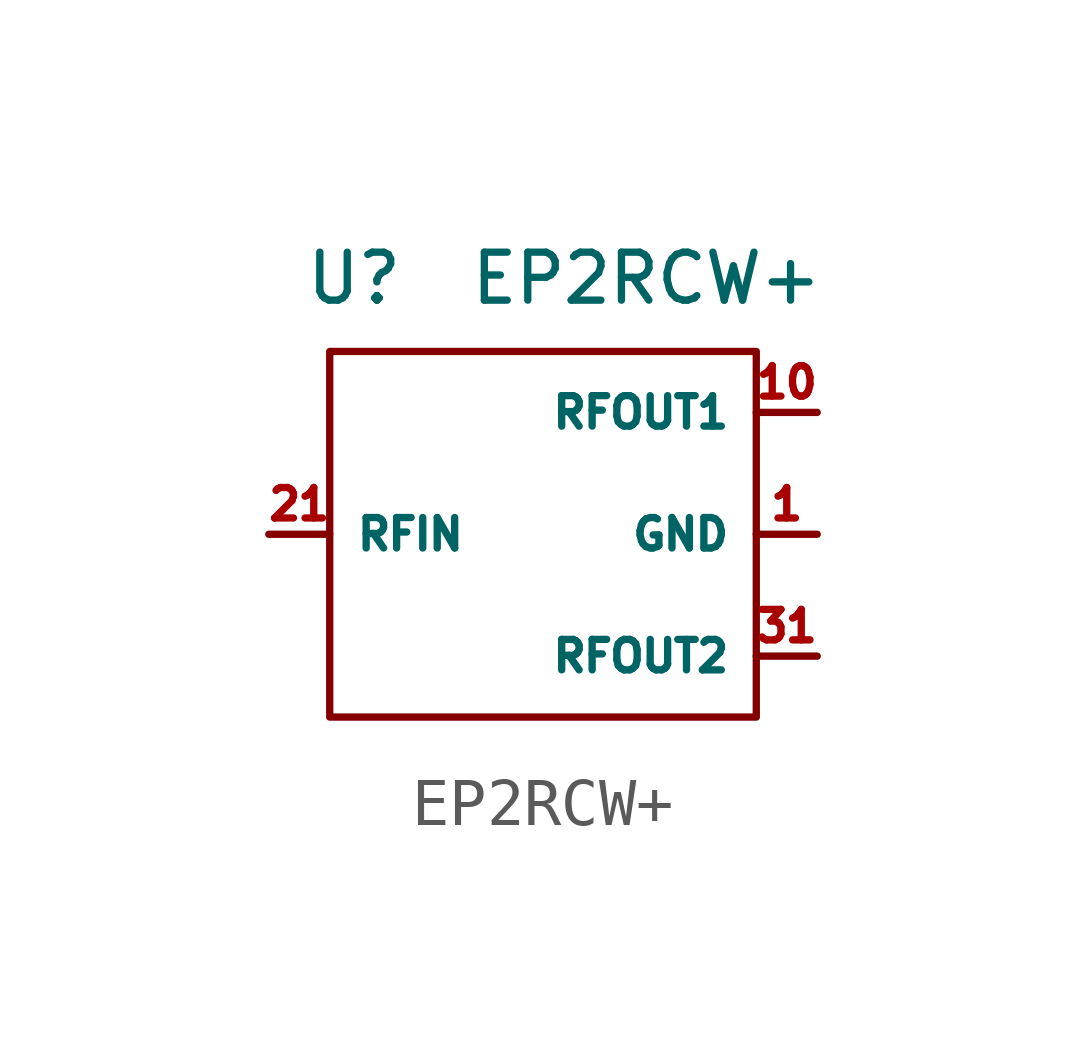
<source format=kicad_sym>
(kicad_symbol_lib
  (version 20241209)
  (generator "kicad_symbol_editor")
  (generator_version "9.0")
  (symbol "EP2RCW+"
    (property "Reference" "U"
      (at -3.302 5.334 0)
      (effects (font (size 1 1))))
    (property "Value" "EP2RCW+"
      (at 2.794 5.334 0)
      (effects (font (size 1 1))))
    (symbol "EP2RCW+_0_1"
      (rectangle (start -3.81 3.81) (end 5.08 -3.81) (stroke (width 0) (type default)) (fill (type none))))
    (symbol "EP2RCW+_1_0"
      (pin passive line (at 6.35 0 180) (length 1.27) (name "GND" (effects (font (size 0.635 0.635)))) (number "1" (effects (font (size 0.635 0.635)))))
      (pin passive line (at 6.35 0 180) (length 1.27) (hide yes) (name "GND" (effects (font (size 0.635 0.635)))) (number "11" (effects (font (size 0.635 0.635)))))
      (pin passive line (at 6.35 0 180) (length 1.27) (hide yes) (name "GND" (effects (font (size 0.635 0.635)))) (number "12" (effects (font (size 0.635 0.635)))))
      (pin passive line (at 6.35 0 180) (length 1.27) (hide yes) (name "GND" (effects (font (size 0.635 0.635)))) (number "13" (effects (font (size 0.635 0.635)))))
      (pin passive line (at 6.35 0 180) (length 1.27) (hide yes) (name "GND" (effects (font (size 0.635 0.635)))) (number "14" (effects (font (size 0.635 0.635)))))
      (pin passive line (at 6.35 0 180) (length 1.27) (hide yes) (name "GND" (effects (font (size 0.635 0.635)))) (number "15" (effects (font (size 0.635 0.635)))))
      (pin passive line (at 6.35 0 180) (length 1.27) (hide yes) (name "GND" (effects (font (size 0.635 0.635)))) (number "16" (effects (font (size 0.635 0.635)))))
      (pin passive line (at 6.35 0 180) (length 1.27) (hide yes) (name "GND" (effects (font (size 0.635 0.635)))) (number "17" (effects (font (size 0.635 0.635)))))
      (pin passive line (at 6.35 0 180) (length 1.27) (hide yes) (name "GND" (effects (font (size 0.635 0.635)))) (number "18" (effects (font (size 0.635 0.635)))))
      (pin passive line (at 6.35 0 180) (length 1.27) (hide yes) (name "GND" (effects (font (size 0.635 0.635)))) (number "19" (effects (font (size 0.635 0.635)))))
      (pin passive line (at 6.35 0 180) (length 1.27) (hide yes) (name "GND" (effects (font (size 0.635 0.635)))) (number "2" (effects (font (size 0.635 0.635)))))
      (pin passive line (at 6.35 0 180) (length 1.27) (hide yes) (name "GND" (effects (font (size 0.635 0.635)))) (number "20" (effects (font (size 0.635 0.635)))))
      (pin passive line (at 6.35 0 180) (length 1.27) (hide yes) (name "GND" (effects (font (size 0.635 0.635)))) (number "22" (effects (font (size 0.635 0.635)))))
      (pin passive line (at 6.35 0 180) (length 1.27) (hide yes) (name "GND" (effects (font (size 0.635 0.635)))) (number "23" (effects (font (size 0.635 0.635)))))
      (pin passive line (at 6.35 0 180) (length 1.27) (hide yes) (name "GND" (effects (font (size 0.635 0.635)))) (number "24" (effects (font (size 0.635 0.635)))))
      (pin passive line (at 6.35 0 180) (length 1.27) (hide yes) (name "GND" (effects (font (size 0.635 0.635)))) (number "25" (effects (font (size 0.635 0.635)))))
      (pin passive line (at 6.35 0 180) (length 1.27) (hide yes) (name "GND" (effects (font (size 0.635 0.635)))) (number "26" (effects (font (size 0.635 0.635)))))
      (pin passive line (at 6.35 0 180) (length 1.27) (hide yes) (name "GND" (effects (font (size 0.635 0.635)))) (number "27" (effects (font (size 0.635 0.635)))))
      (pin passive line (at 6.35 0 180) (length 1.27) (hide yes) (name "GND" (effects (font (size 0.635 0.635)))) (number "28" (effects (font (size 0.635 0.635)))))
      (pin passive line (at 6.35 0 180) (length 1.27) (hide yes) (name "GND" (effects (font (size 0.635 0.635)))) (number "29" (effects (font (size 0.635 0.635)))))
      (pin passive line (at 6.35 0 180) (length 1.27) (hide yes) (name "GND" (effects (font (size 0.635 0.635)))) (number "3" (effects (font (size 0.635 0.635)))))
      (pin passive line (at 6.35 0 180) (length 1.27) (hide yes) (name "GND" (effects (font (size 0.635 0.635)))) (number "30" (effects (font (size 0.635 0.635)))))
      (pin passive line (at 6.35 0 180) (length 1.27) (hide yes) (name "GND" (effects (font (size 0.635 0.635)))) (number "32" (effects (font (size 0.635 0.635)))))
      (pin passive line (at 6.35 0 180) (length 1.27) (hide yes) (name "GND" (effects (font (size 0.635 0.635)))) (number "33" (effects (font (size 0.635 0.635)))))
      (pin passive line (at 6.35 0 180) (length 1.27) (hide yes) (name "GND" (effects (font (size 0.635 0.635)))) (number "4" (effects (font (size 0.635 0.635)))))
      (pin passive line (at 6.35 0 180) (length 1.27) (hide yes) (name "GND" (effects (font (size 0.635 0.635)))) (number "5" (effects (font (size 0.635 0.635)))))
      (pin passive line (at 6.35 0 180) (length 1.27) (hide yes) (name "GND" (effects (font (size 0.635 0.635)))) (number "6" (effects (font (size 0.635 0.635)))))
      (pin passive line (at 6.35 0 180) (length 1.27) (hide yes) (name "GND" (effects (font (size 0.635 0.635)))) (number "7" (effects (font (size 0.635 0.635)))))
      (pin passive line (at 6.35 0 180) (length 1.27) (hide yes) (name "GND" (effects (font (size 0.635 0.635)))) (number "8" (effects (font (size 0.635 0.635)))))
      (pin passive line (at 6.35 0 180) (length 1.27) (hide yes) (name "GND" (effects (font (size 0.635 0.635)))) (number "9" (effects (font (size 0.635 0.635))))))
    (symbol "EP2RCW+_1_1"
      (pin passive line (at -5.08 0 0) (length 1.27) (name "RFIN" (effects (font (size 0.635 0.635)))) (number "21" (effects (font (size 0.635 0.635)))))
      (pin passive line (at 6.35 2.54 180) (length 1.27) (name "RFOUT1" (effects (font (size 0.635 0.635)))) (number "10" (effects (font (size 0.635 0.635)))))
      (pin passive line (at 6.35 -2.54 180) (length 1.27) (name "RFOUT2" (effects (font (size 0.635 0.635)))) (number "31" (effects (font (size 0.635 0.635))))))))
</source>
